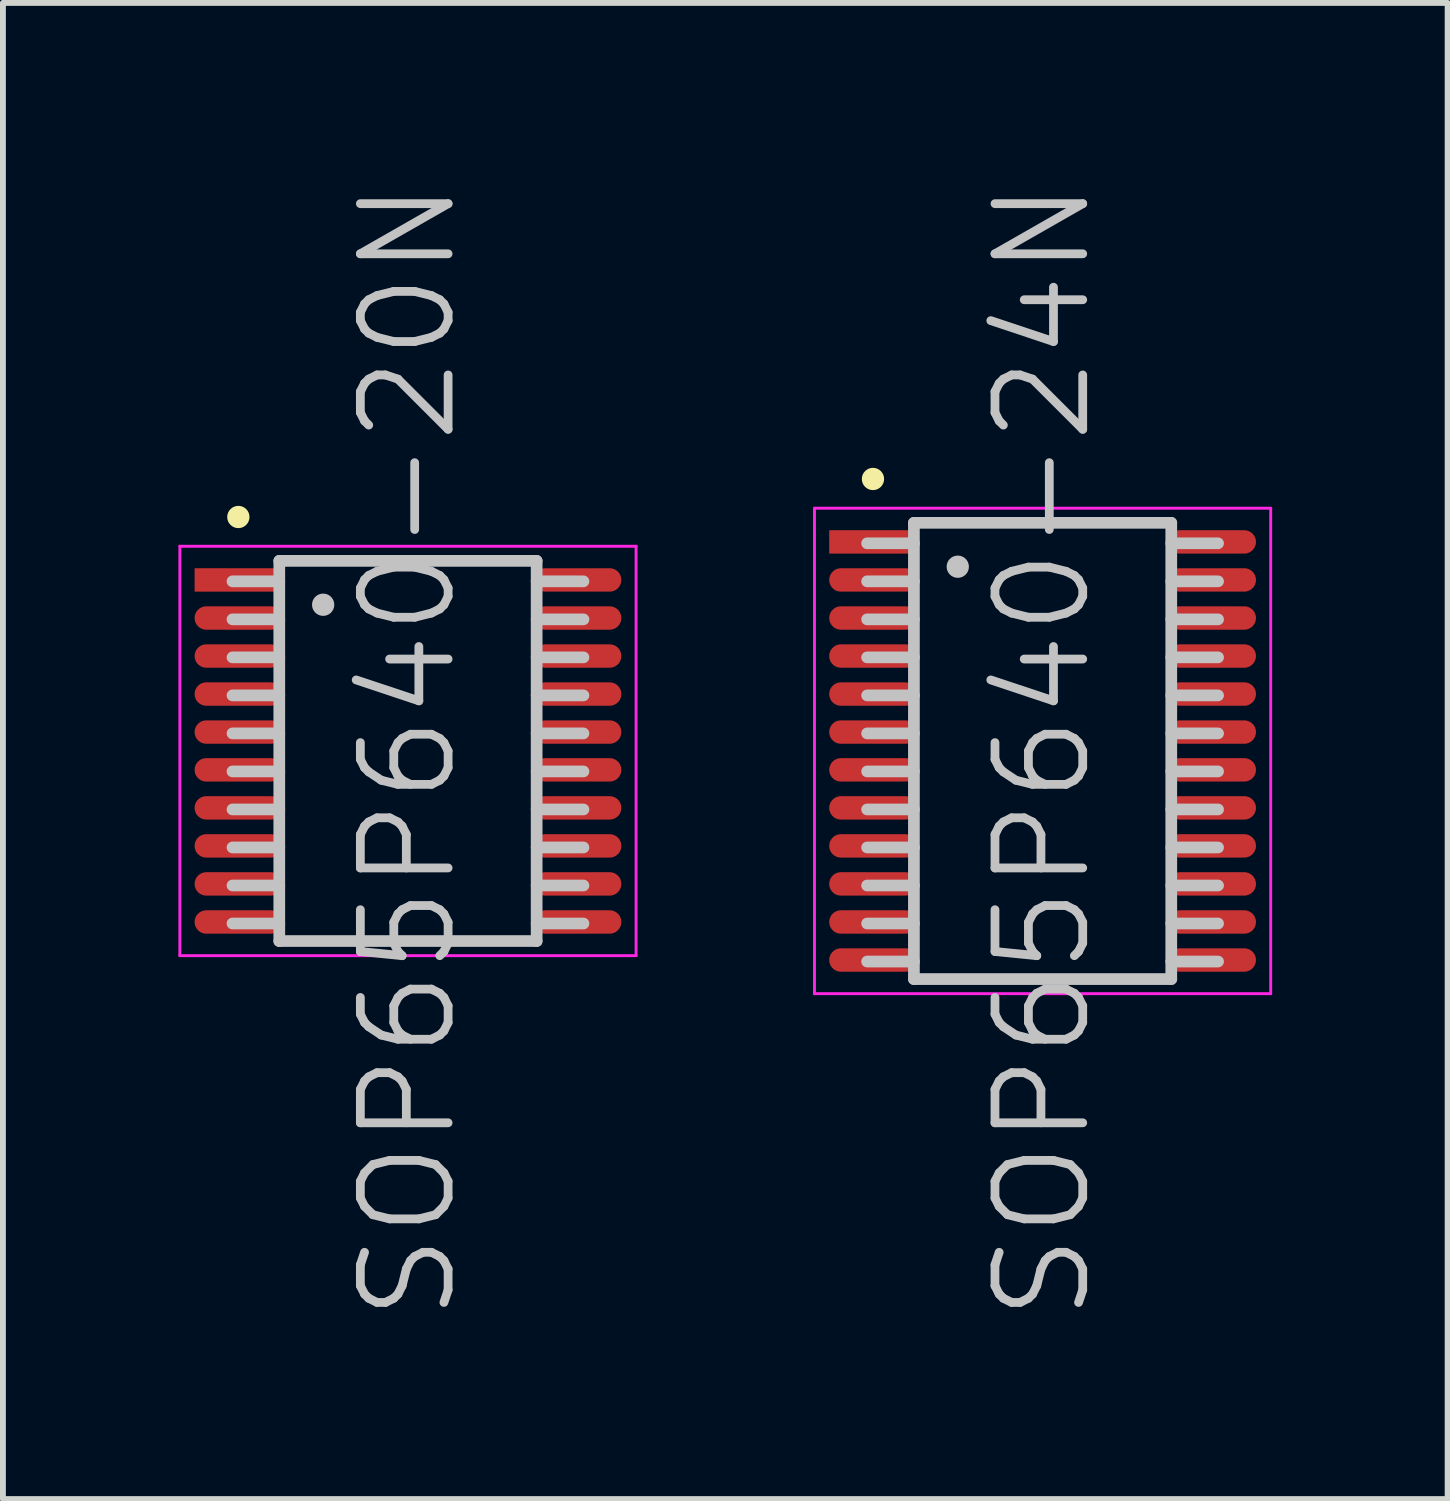
<source format=kicad_pcb>
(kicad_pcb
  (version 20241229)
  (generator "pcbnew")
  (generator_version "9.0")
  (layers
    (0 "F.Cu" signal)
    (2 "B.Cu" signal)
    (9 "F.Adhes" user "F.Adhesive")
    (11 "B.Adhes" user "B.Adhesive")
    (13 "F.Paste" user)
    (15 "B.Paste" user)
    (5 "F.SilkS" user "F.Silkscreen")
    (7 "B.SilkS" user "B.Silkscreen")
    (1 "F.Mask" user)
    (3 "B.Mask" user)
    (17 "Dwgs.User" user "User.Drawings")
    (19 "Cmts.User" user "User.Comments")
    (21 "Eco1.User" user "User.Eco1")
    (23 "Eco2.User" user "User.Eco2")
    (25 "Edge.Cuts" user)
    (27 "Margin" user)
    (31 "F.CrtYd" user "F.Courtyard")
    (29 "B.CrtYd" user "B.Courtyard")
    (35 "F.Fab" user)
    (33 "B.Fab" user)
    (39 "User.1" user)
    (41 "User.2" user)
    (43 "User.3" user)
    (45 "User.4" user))
  (footprint "SOP65P640-20N"
    (layer "F.Cu")
    (at 3.925 9.789)
    (property "Reference" "SOP65P640-20N" (at 0 0 90) (layer "Dwgs.User") (effects (font (size 1.5 1.5) (thickness 0.15))))
    (attr smd)
    (fp_line (start -2.9 -4) (end -2.9 -4) (stroke (width 0.381) (type solid)) (layer "F.SilkS"))
    (fp_line (start -2.2 -3.25) (end -2.2 3.25) (stroke (width 0.2) (type solid)) (layer "Dwgs.User"))
    (fp_line (start -2.2 -3.25) (end 2.2 -3.25) (stroke (width 0.2) (type solid)) (layer "Dwgs.User"))
    (fp_line (start -2.2 -2.9) (end -3 -2.9) (stroke (width 0.2) (type solid)) (layer "Dwgs.User"))
    (fp_line (start -2.2 -2.25) (end -3 -2.25) (stroke (width 0.2) (type solid)) (layer "Dwgs.User"))
    (fp_line (start -2.2 -1.6) (end -3 -1.6) (stroke (width 0.2) (type solid)) (layer "Dwgs.User"))
    (fp_line (start -2.2 -0.95) (end -3 -0.95) (stroke (width 0.2) (type solid)) (layer "Dwgs.User"))
    (fp_line (start -2.2 -0.3) (end -3 -0.3) (stroke (width 0.2) (type solid)) (layer "Dwgs.User"))
    (fp_line (start -2.2 0.35) (end -3 0.35) (stroke (width 0.2) (type solid)) (layer "Dwgs.User"))
    (fp_line (start -2.2 1) (end -3 1) (stroke (width 0.2) (type solid)) (layer "Dwgs.User"))
    (fp_line (start -2.2 1.65) (end -3 1.65) (stroke (width 0.2) (type solid)) (layer "Dwgs.User"))
    (fp_line (start -2.2 2.3) (end -3 2.3) (stroke (width 0.2) (type solid)) (layer "Dwgs.User"))
    (fp_line (start -2.2 2.95) (end -3 2.95) (stroke (width 0.2) (type solid)) (layer "Dwgs.User"))
    (fp_line (start -2.2 3.25) (end 2.2 3.25) (stroke (width 0.2) (type solid)) (layer "Dwgs.User"))
    (fp_line (start -1.45 -2.5) (end -1.45 -2.5) (stroke (width 0.381) (type solid)) (layer "Dwgs.User"))
    (fp_line (start 2.2 -3.25) (end 2.2 3.25) (stroke (width 0.2) (type solid)) (layer "Dwgs.User"))
    (fp_line (start 3 -2.9) (end 2.2 -2.9) (stroke (width 0.2) (type solid)) (layer "Dwgs.User"))
    (fp_line (start 3 -2.25) (end 2.2 -2.25) (stroke (width 0.2) (type solid)) (layer "Dwgs.User"))
    (fp_line (start 3 -1.6) (end 2.2 -1.6) (stroke (width 0.2) (type solid)) (layer "Dwgs.User"))
    (fp_line (start 3 -0.95) (end 2.2 -0.95) (stroke (width 0.2) (type solid)) (layer "Dwgs.User"))
    (fp_line (start 3 -0.3) (end 2.2 -0.3) (stroke (width 0.2) (type solid)) (layer "Dwgs.User"))
    (fp_line (start 3 0.35) (end 2.2 0.35) (stroke (width 0.2) (type solid)) (layer "Dwgs.User"))
    (fp_line (start 3 1) (end 2.2 1) (stroke (width 0.2) (type solid)) (layer "Dwgs.User"))
    (fp_line (start 3 1.65) (end 2.2 1.65) (stroke (width 0.2) (type solid)) (layer "Dwgs.User"))
    (fp_line (start 3 2.3) (end 2.2 2.3) (stroke (width 0.2) (type solid)) (layer "Dwgs.User"))
    (fp_line (start 3 2.95) (end 2.2 2.95) (stroke (width 0.2) (type solid)) (layer "Dwgs.User"))
    (fp_line (start -3.9 -3.5) (end -3.9 3.5) (stroke (width 0.05) (type solid)) (layer "F.CrtYd"))
    (fp_line (start -3.9 -3.5) (end 3.9 -3.5) (stroke (width 0.05) (type solid)) (layer "F.CrtYd"))
    (fp_line (start -3.9 3.5) (end 3.9 3.5) (stroke (width 0.05) (type solid)) (layer "F.CrtYd"))
    (fp_line (start 3.9 -3.5) (end 3.9 3.5) (stroke (width 0.05) (type solid)) (layer "F.CrtYd"))
    (pad "1" smd rect (at -2.898 -2.924 90) (size 0.4 1.5) (layers "F.Cu" "F.Mask" "F.Paste"))
    (pad "2" smd oval (at -2.898 -2.273 90) (size 0.4 1.5) (layers "F.Cu" "F.Mask" "F.Paste"))
    (pad "3" smd oval (at -2.898 -1.623 90) (size 0.4 1.5) (layers "F.Cu" "F.Mask" "F.Paste"))
    (pad "4" smd oval (at -2.898 -0.973 90) (size 0.4 1.5) (layers "F.Cu" "F.Mask" "F.Paste"))
    (pad "5" smd oval (at -2.898 -0.323 90) (size 0.4 1.5) (layers "F.Cu" "F.Mask" "F.Paste"))
    (pad "6" smd oval (at -2.898 0.323 90) (size 0.4 1.5) (layers "F.Cu" "F.Mask" "F.Paste"))
    (pad "7" smd oval (at -2.898 0.973 90) (size 0.4 1.5) (layers "F.Cu" "F.Mask" "F.Paste"))
    (pad "8" smd oval (at -2.898 1.623 90) (size 0.4 1.5) (layers "F.Cu" "F.Mask" "F.Paste"))
    (pad "9" smd oval (at -2.898 2.273 90) (size 0.4 1.5) (layers "F.Cu" "F.Mask" "F.Paste"))
    (pad "10" smd oval (at -2.898 2.924 90) (size 0.4 1.5) (layers "F.Cu" "F.Mask" "F.Paste"))
    (pad "11" smd oval (at 2.898 2.924 270) (size 0.4 1.5) (layers "F.Cu" "F.Mask" "F.Paste"))
    (pad "12" smd oval (at 2.898 2.273 270) (size 0.4 1.5) (layers "F.Cu" "F.Mask" "F.Paste"))
    (pad "13" smd oval (at 2.898 1.623 270) (size 0.4 1.5) (layers "F.Cu" "F.Mask" "F.Paste"))
    (pad "14" smd oval (at 2.898 0.973 270) (size 0.4 1.5) (layers "F.Cu" "F.Mask" "F.Paste"))
    (pad "15" smd oval (at 2.898 0.323 270) (size 0.4 1.5) (layers "F.Cu" "F.Mask" "F.Paste"))
    (pad "16" smd oval (at 2.898 -0.323 270) (size 0.4 1.5) (layers "F.Cu" "F.Mask" "F.Paste"))
    (pad "17" smd oval (at 2.898 -0.973 270) (size 0.4 1.5) (layers "F.Cu" "F.Mask" "F.Paste"))
    (pad "18" smd oval (at 2.898 -1.623 270) (size 0.4 1.5) (layers "F.Cu" "F.Mask" "F.Paste"))
    (pad "19" smd oval (at 2.898 -2.273 270) (size 0.4 1.5) (layers "F.Cu" "F.Mask" "F.Paste"))
    (pad "20" smd oval (at 2.898 -2.924 270) (size 0.4 1.5) (layers "F.Cu" "F.Mask" "F.Paste")))
  (footprint "SOP65P640-24N"
    (layer "F.Cu")
    (at 14.775 9.789)
    (property "Reference" "SOP65P640-24N" (at 0 0 90) (layer "Dwgs.User") (effects (font (size 1.5 1.5) (thickness 0.15))))
    (attr smd)
    (fp_line (start -2.9 -4.65) (end -2.9 -4.65) (stroke (width 0.381) (type solid)) (layer "F.SilkS"))
    (fp_line (start -2.2 -3.9) (end -2.2 3.9) (stroke (width 0.2) (type solid)) (layer "Dwgs.User"))
    (fp_line (start -2.2 -3.9) (end 2.2 -3.9) (stroke (width 0.2) (type solid)) (layer "Dwgs.User"))
    (fp_line (start -2.2 -3.55) (end -3 -3.55) (stroke (width 0.2) (type solid)) (layer "Dwgs.User"))
    (fp_line (start -2.2 -2.9) (end -3 -2.9) (stroke (width 0.2) (type solid)) (layer "Dwgs.User"))
    (fp_line (start -2.2 -2.25) (end -3 -2.25) (stroke (width 0.2) (type solid)) (layer "Dwgs.User"))
    (fp_line (start -2.2 -1.6) (end -3 -1.6) (stroke (width 0.2) (type solid)) (layer "Dwgs.User"))
    (fp_line (start -2.2 -0.95) (end -3 -0.95) (stroke (width 0.2) (type solid)) (layer "Dwgs.User"))
    (fp_line (start -2.2 -0.3) (end -3 -0.3) (stroke (width 0.2) (type solid)) (layer "Dwgs.User"))
    (fp_line (start -2.2 0.35) (end -3 0.35) (stroke (width 0.2) (type solid)) (layer "Dwgs.User"))
    (fp_line (start -2.2 1) (end -3 1) (stroke (width 0.2) (type solid)) (layer "Dwgs.User"))
    (fp_line (start -2.2 1.65) (end -3 1.65) (stroke (width 0.2) (type solid)) (layer "Dwgs.User"))
    (fp_line (start -2.2 2.3) (end -3 2.3) (stroke (width 0.2) (type solid)) (layer "Dwgs.User"))
    (fp_line (start -2.2 2.95) (end -3 2.95) (stroke (width 0.2) (type solid)) (layer "Dwgs.User"))
    (fp_line (start -2.2 3.6) (end -3 3.6) (stroke (width 0.2) (type solid)) (layer "Dwgs.User"))
    (fp_line (start -2.2 3.9) (end 2.2 3.9) (stroke (width 0.2) (type solid)) (layer "Dwgs.User"))
    (fp_line (start -1.45 -3.15) (end -1.45 -3.15) (stroke (width 0.381) (type solid)) (layer "Dwgs.User"))
    (fp_line (start 2.2 -3.9) (end 2.2 3.9) (stroke (width 0.2) (type solid)) (layer "Dwgs.User"))
    (fp_line (start 3 -3.55) (end 2.2 -3.55) (stroke (width 0.2) (type solid)) (layer "Dwgs.User"))
    (fp_line (start 3 -2.9) (end 2.2 -2.9) (stroke (width 0.2) (type solid)) (layer "Dwgs.User"))
    (fp_line (start 3 -2.25) (end 2.2 -2.25) (stroke (width 0.2) (type solid)) (layer "Dwgs.User"))
    (fp_line (start 3 -1.6) (end 2.2 -1.6) (stroke (width 0.2) (type solid)) (layer "Dwgs.User"))
    (fp_line (start 3 -0.95) (end 2.2 -0.95) (stroke (width 0.2) (type solid)) (layer "Dwgs.User"))
    (fp_line (start 3 -0.3) (end 2.2 -0.3) (stroke (width 0.2) (type solid)) (layer "Dwgs.User"))
    (fp_line (start 3 0.35) (end 2.2 0.35) (stroke (width 0.2) (type solid)) (layer "Dwgs.User"))
    (fp_line (start 3 1) (end 2.2 1) (stroke (width 0.2) (type solid)) (layer "Dwgs.User"))
    (fp_line (start 3 1.65) (end 2.2 1.65) (stroke (width 0.2) (type solid)) (layer "Dwgs.User"))
    (fp_line (start 3 2.3) (end 2.2 2.3) (stroke (width 0.2) (type solid)) (layer "Dwgs.User"))
    (fp_line (start 3 2.95) (end 2.2 2.95) (stroke (width 0.2) (type solid)) (layer "Dwgs.User"))
    (fp_line (start 3 3.6) (end 2.2 3.6) (stroke (width 0.2) (type solid)) (layer "Dwgs.User"))
    (fp_line (start -3.9 -4.15) (end -3.9 4.15) (stroke (width 0.05) (type solid)) (layer "F.CrtYd"))
    (fp_line (start -3.9 -4.15) (end 3.9 -4.15) (stroke (width 0.05) (type solid)) (layer "F.CrtYd"))
    (fp_line (start -3.9 4.15) (end 3.9 4.15) (stroke (width 0.05) (type solid)) (layer "F.CrtYd"))
    (fp_line (start 3.9 -4.15) (end 3.9 4.15) (stroke (width 0.05) (type solid)) (layer "F.CrtYd"))
    (pad "1" smd rect (at -2.898 -3.574 90) (size 0.4 1.5) (layers "F.Cu" "F.Mask" "F.Paste"))
    (pad "2" smd oval (at -2.898 -2.924 90) (size 0.4 1.5) (layers "F.Cu" "F.Mask" "F.Paste"))
    (pad "3" smd oval (at -2.898 -2.273 90) (size 0.4 1.5) (layers "F.Cu" "F.Mask" "F.Paste"))
    (pad "4" smd oval (at -2.898 -1.623 90) (size 0.4 1.5) (layers "F.Cu" "F.Mask" "F.Paste"))
    (pad "5" smd oval (at -2.898 -0.973 90) (size 0.4 1.5) (layers "F.Cu" "F.Mask" "F.Paste"))
    (pad "6" smd oval (at -2.898 -0.323 90) (size 0.4 1.5) (layers "F.Cu" "F.Mask" "F.Paste"))
    (pad "7" smd oval (at -2.898 0.323 90) (size 0.4 1.5) (layers "F.Cu" "F.Mask" "F.Paste"))
    (pad "8" smd oval (at -2.898 0.973 90) (size 0.4 1.5) (layers "F.Cu" "F.Mask" "F.Paste"))
    (pad "9" smd oval (at -2.898 1.623 90) (size 0.4 1.5) (layers "F.Cu" "F.Mask" "F.Paste"))
    (pad "10" smd oval (at -2.898 2.273 90) (size 0.4 1.5) (layers "F.Cu" "F.Mask" "F.Paste"))
    (pad "11" smd oval (at -2.898 2.924 90) (size 0.4 1.5) (layers "F.Cu" "F.Mask" "F.Paste"))
    (pad "12" smd oval (at -2.898 3.574 90) (size 0.4 1.5) (layers "F.Cu" "F.Mask" "F.Paste"))
    (pad "13" smd oval (at 2.898 3.574 270) (size 0.4 1.5) (layers "F.Cu" "F.Mask" "F.Paste"))
    (pad "14" smd oval (at 2.898 2.924 270) (size 0.4 1.5) (layers "F.Cu" "F.Mask" "F.Paste"))
    (pad "15" smd oval (at 2.898 2.273 270) (size 0.4 1.5) (layers "F.Cu" "F.Mask" "F.Paste"))
    (pad "16" smd oval (at 2.898 1.623 270) (size 0.4 1.5) (layers "F.Cu" "F.Mask" "F.Paste"))
    (pad "17" smd oval (at 2.898 0.973 270) (size 0.4 1.5) (layers "F.Cu" "F.Mask" "F.Paste"))
    (pad "18" smd oval (at 2.898 0.323 270) (size 0.4 1.5) (layers "F.Cu" "F.Mask" "F.Paste"))
    (pad "19" smd oval (at 2.898 -0.323 270) (size 0.4 1.5) (layers "F.Cu" "F.Mask" "F.Paste"))
    (pad "20" smd oval (at 2.898 -0.973 270) (size 0.4 1.5) (layers "F.Cu" "F.Mask" "F.Paste"))
    (pad "21" smd oval (at 2.898 -1.623 270) (size 0.4 1.5) (layers "F.Cu" "F.Mask" "F.Paste"))
    (pad "22" smd oval (at 2.898 -2.273 270) (size 0.4 1.5) (layers "F.Cu" "F.Mask" "F.Paste"))
    (pad "23" smd oval (at 2.898 -2.924 270) (size 0.4 1.5) (layers "F.Cu" "F.Mask" "F.Paste"))
    (pad "24" smd oval (at 2.898 -3.574 270) (size 0.4 1.5) (layers "F.Cu" "F.Mask" "F.Paste")))
  (gr_rect
    (start -3 -3)
    (end 21.7 22.579)
    (stroke (width 0.1) (type default))
    (fill no)
    (layer "Edge.Cuts")))
</source>
